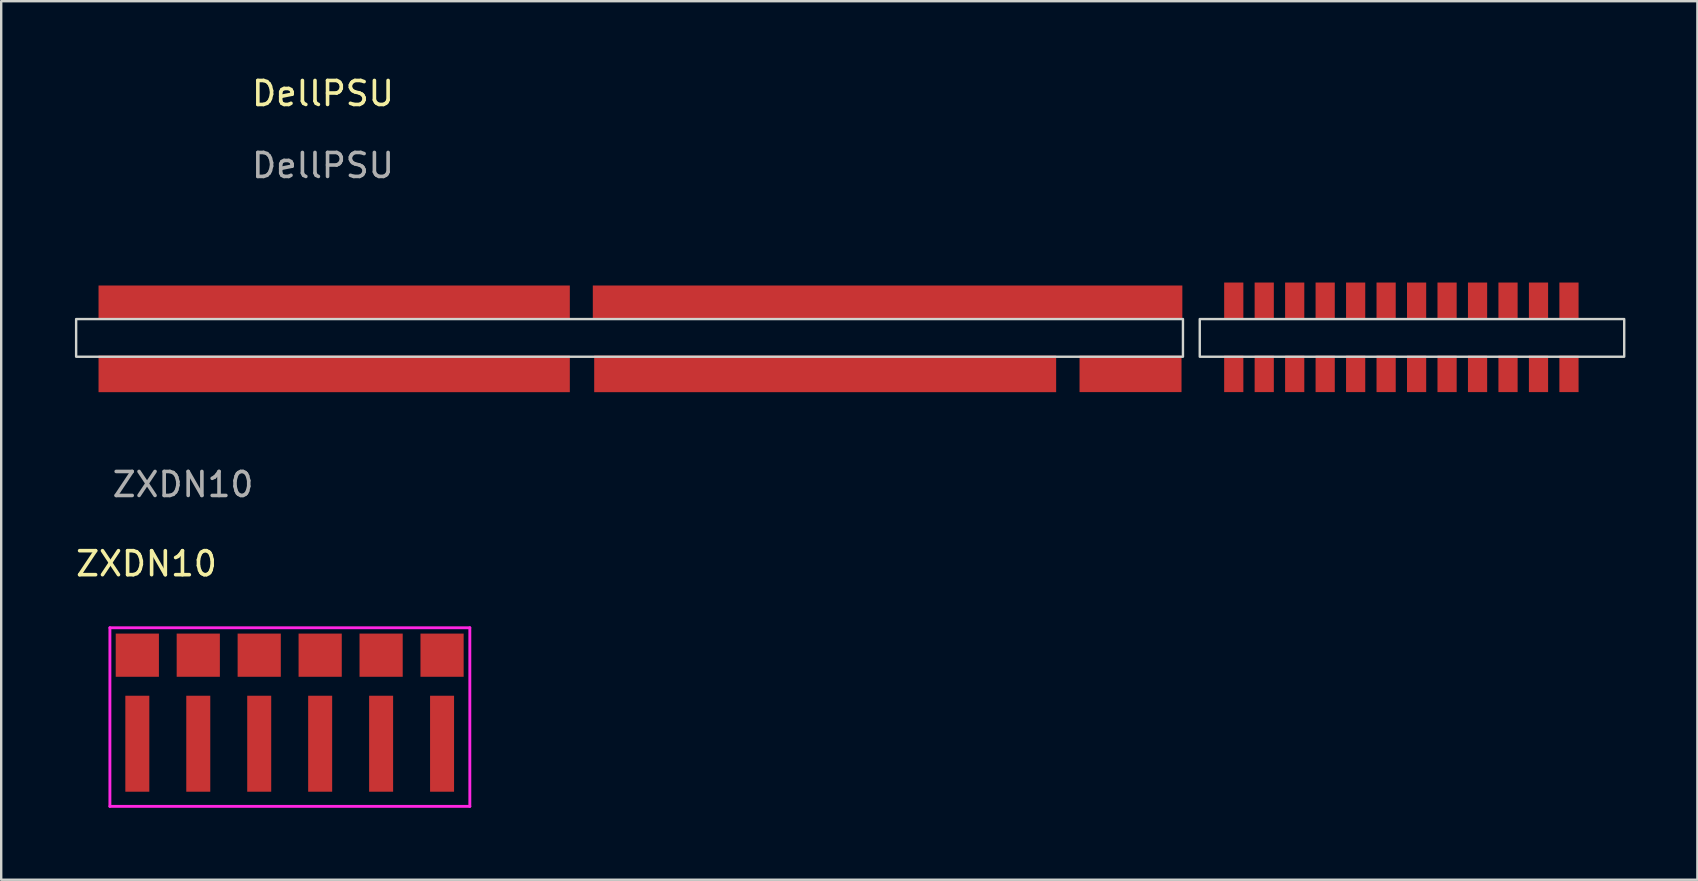
<source format=kicad_pcb>
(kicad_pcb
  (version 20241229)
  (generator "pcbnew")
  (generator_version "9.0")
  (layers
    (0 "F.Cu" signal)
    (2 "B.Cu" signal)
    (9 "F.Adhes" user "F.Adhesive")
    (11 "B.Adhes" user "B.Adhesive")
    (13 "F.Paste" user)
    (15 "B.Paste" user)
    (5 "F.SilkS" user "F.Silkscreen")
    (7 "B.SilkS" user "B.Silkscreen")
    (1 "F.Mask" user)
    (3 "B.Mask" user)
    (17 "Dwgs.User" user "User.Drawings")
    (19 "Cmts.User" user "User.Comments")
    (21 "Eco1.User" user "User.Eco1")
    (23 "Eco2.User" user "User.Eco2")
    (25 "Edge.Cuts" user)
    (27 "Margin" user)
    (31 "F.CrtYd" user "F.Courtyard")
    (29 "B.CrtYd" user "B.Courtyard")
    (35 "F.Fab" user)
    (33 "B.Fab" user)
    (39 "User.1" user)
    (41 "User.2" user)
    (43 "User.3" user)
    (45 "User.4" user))
  (footprint "ZXDN10"
    (layer "F.Cu")
    (at 2.673 24.255)
    (property "Reference" "ZXDN10" (at 0.381 -3.81 0) (unlocked yes) (layer "F.SilkS") (effects (font (size 1 1) (thickness 0.15))))
    (attr smd)
    (fp_line (start -1.143 -1.143) (end -1.143 6.3) (stroke (width 0.12) (type solid)) (layer "F.CrtYd"))
    (fp_line (start -1.143 -1.143) (end 13.857 -1.143) (stroke (width 0.12) (type solid)) (layer "F.CrtYd"))
    (fp_line (start -1.143 6.3) (end 13.857 6.3) (stroke (width 0.12) (type solid)) (layer "F.CrtYd"))
    (fp_line (start 13.857 -1.143) (end 13.857 6.3) (stroke (width 0.12) (type solid)) (layer "F.CrtYd"))
    (fp_text user "${REFERENCE}" (at 1.905 -7.112 0) (unlocked yes) (layer "F.Fab") (effects (font (size 1 1) (thickness 0.15))))
    (pad "1" smd rect (at 0 0) (size 1.8 1.8) (layers "F.Cu" "F.Mask" "F.Paste"))
    (pad "1" smd rect (at 0 3.69) (size 1 4) (layers "F.Cu" "F.Mask" "F.Paste"))
    (pad "2" smd rect (at 2.54 0) (size 1.8 1.8) (layers "F.Cu" "F.Mask" "F.Paste"))
    (pad "2" smd rect (at 2.54 3.69) (size 1 4) (layers "F.Cu" "F.Mask" "F.Paste"))
    (pad "3" smd rect (at 5.08 0) (size 1.8 1.8) (layers "F.Cu" "F.Mask" "F.Paste"))
    (pad "3" smd rect (at 5.08 3.69) (size 1 4) (layers "F.Cu" "F.Mask" "F.Paste"))
    (pad "4" smd rect (at 7.62 0) (size 1.8 1.8) (layers "F.Cu" "F.Mask" "F.Paste"))
    (pad "4" smd rect (at 7.62 3.69) (size 1 4) (layers "F.Cu" "F.Mask" "F.Paste"))
    (pad "5" smd rect (at 10.16 0) (size 1.8 1.8) (layers "F.Cu" "F.Mask" "F.Paste"))
    (pad "5" smd rect (at 10.16 3.69) (size 1 4) (layers "F.Cu" "F.Mask" "F.Paste"))
    (pad "6" smd rect (at 12.7 0) (size 1.8 1.8) (layers "F.Cu" "F.Mask" "F.Paste"))
    (pad "6" smd rect (at 12.7 3.69) (size 1 4) (layers "F.Cu" "F.Mask" "F.Paste")))
  (footprint "DellPSU"
    (layer "F.Cu")
    (at 0.25 10.246)
    (property "Reference" "DellPSU" (at 10.16 -9.398 0) (unlocked yes) (layer "F.SilkS") (effects (font (size 1 1) (thickness 0.15))))
    (attr smd)
    (fp_rect (start 46 0) (end -0.127 1.57) (stroke (width 0.1) (type solid)) (fill no) (layer "Edge.Cuts"))
    (fp_rect (start 64.389 0) (end 46.7 1.57) (stroke (width 0.1) (type solid)) (fill no) (layer "Edge.Cuts"))
    (fp_text user "${REFERENCE}" (at 10.16 -6.398 0) (unlocked yes) (layer "F.Fab") (effects (font (size 1 1) (thickness 0.15))))
    (pad "12V" connect rect (at 10.627 -0.705) (size 19.641 1.385) (layers "F.Cu" "F.Mask"))
    (pad "12V" connect rect (at 10.627 2.286) (size 19.641 1.524) (layers "F.Cu" "F.Mask"))
    (pad "12VSB" connect rect (at 43.815 2.286) (size 4.25 1.518) (layers "F.Cu" "F.Mask"))
    (pad "GND" connect rect (at 31.089 2.286) (size 19.252 1.524) (layers "F.Cu" "F.Mask"))
    (pad "GND" connect rect (at 33.69 -0.705) (size 24.569 1.385) (layers "F.Cu" "F.Mask"))
    (pad "S1" connect rect (at 48.117 -0.762) (size 0.8 1.518) (layers "F.Cu" "F.Mask"))
    (pad "S2" connect rect (at 49.387 -0.762) (size 0.8 1.518) (layers "F.Cu" "F.Mask"))
    (pad "S3" connect rect (at 50.657 -0.762) (size 0.8 1.518) (layers "F.Cu" "F.Mask"))
    (pad "S4" connect rect (at 51.927 -0.762) (size 0.8 1.518) (layers "F.Cu" "F.Mask"))
    (pad "S5" connect rect (at 53.197 -0.762) (size 0.8 1.518) (layers "F.Cu" "F.Mask"))
    (pad "S6" connect rect (at 54.467 -0.762) (size 0.8 1.518) (layers "F.Cu" "F.Mask"))
    (pad "S7" connect rect (at 55.737 -0.762) (size 0.8 1.518) (layers "F.Cu" "F.Mask"))
    (pad "S8" connect rect (at 57.007 -0.762) (size 0.8 1.518) (layers "F.Cu" "F.Mask"))
    (pad "S9" connect rect (at 58.277 -0.762) (size 0.8 1.518) (layers "F.Cu" "F.Mask"))
    (pad "S10" connect rect (at 59.547 -0.762) (size 0.8 1.518) (layers "F.Cu" "F.Mask"))
    (pad "S11" connect rect (at 60.817 -0.762) (size 0.8 1.518) (layers "F.Cu" "F.Mask"))
    (pad "S12" connect rect (at 62.087 -0.762) (size 0.8 1.518) (layers "F.Cu" "F.Mask"))
    (pad "S13" connect rect (at 62.087 2.286) (size 0.8 1.518) (layers "F.Cu" "F.Mask"))
    (pad "S14" connect rect (at 60.817 2.286) (size 0.8 1.518) (layers "F.Cu" "F.Mask"))
    (pad "S15" connect rect (at 59.547 2.286) (size 0.8 1.518) (layers "F.Cu" "F.Mask"))
    (pad "S16" connect rect (at 58.277 2.286) (size 0.8 1.518) (layers "F.Cu" "F.Mask"))
    (pad "S17" connect rect (at 57.007 2.286) (size 0.8 1.518) (layers "F.Cu" "F.Mask"))
    (pad "S18" connect rect (at 55.737 2.286) (size 0.8 1.518) (layers "F.Cu" "F.Mask"))
    (pad "S19" connect rect (at 54.467 2.286) (size 0.8 1.518) (layers "F.Cu" "F.Mask"))
    (pad "S20" connect rect (at 53.197 2.286) (size 0.8 1.518) (layers "F.Cu" "F.Mask"))
    (pad "S21" connect rect (at 51.927 2.286) (size 0.8 1.518) (layers "F.Cu" "F.Mask"))
    (pad "S22" connect rect (at 50.657 2.286) (size 0.8 1.518) (layers "F.Cu" "F.Mask"))
    (pad "S23" connect rect (at 49.387 2.286) (size 0.8 1.518) (layers "F.Cu" "F.Mask"))
    (pad "S24" connect rect (at 48.117 2.286) (size 0.8 1.518) (layers "F.Cu" "F.Mask")))
  (gr_rect
    (start -3 -3)
    (end 67.689 33.614)
    (stroke (width 0.1) (type default))
    (fill no)
    (layer "Edge.Cuts")))
</source>
